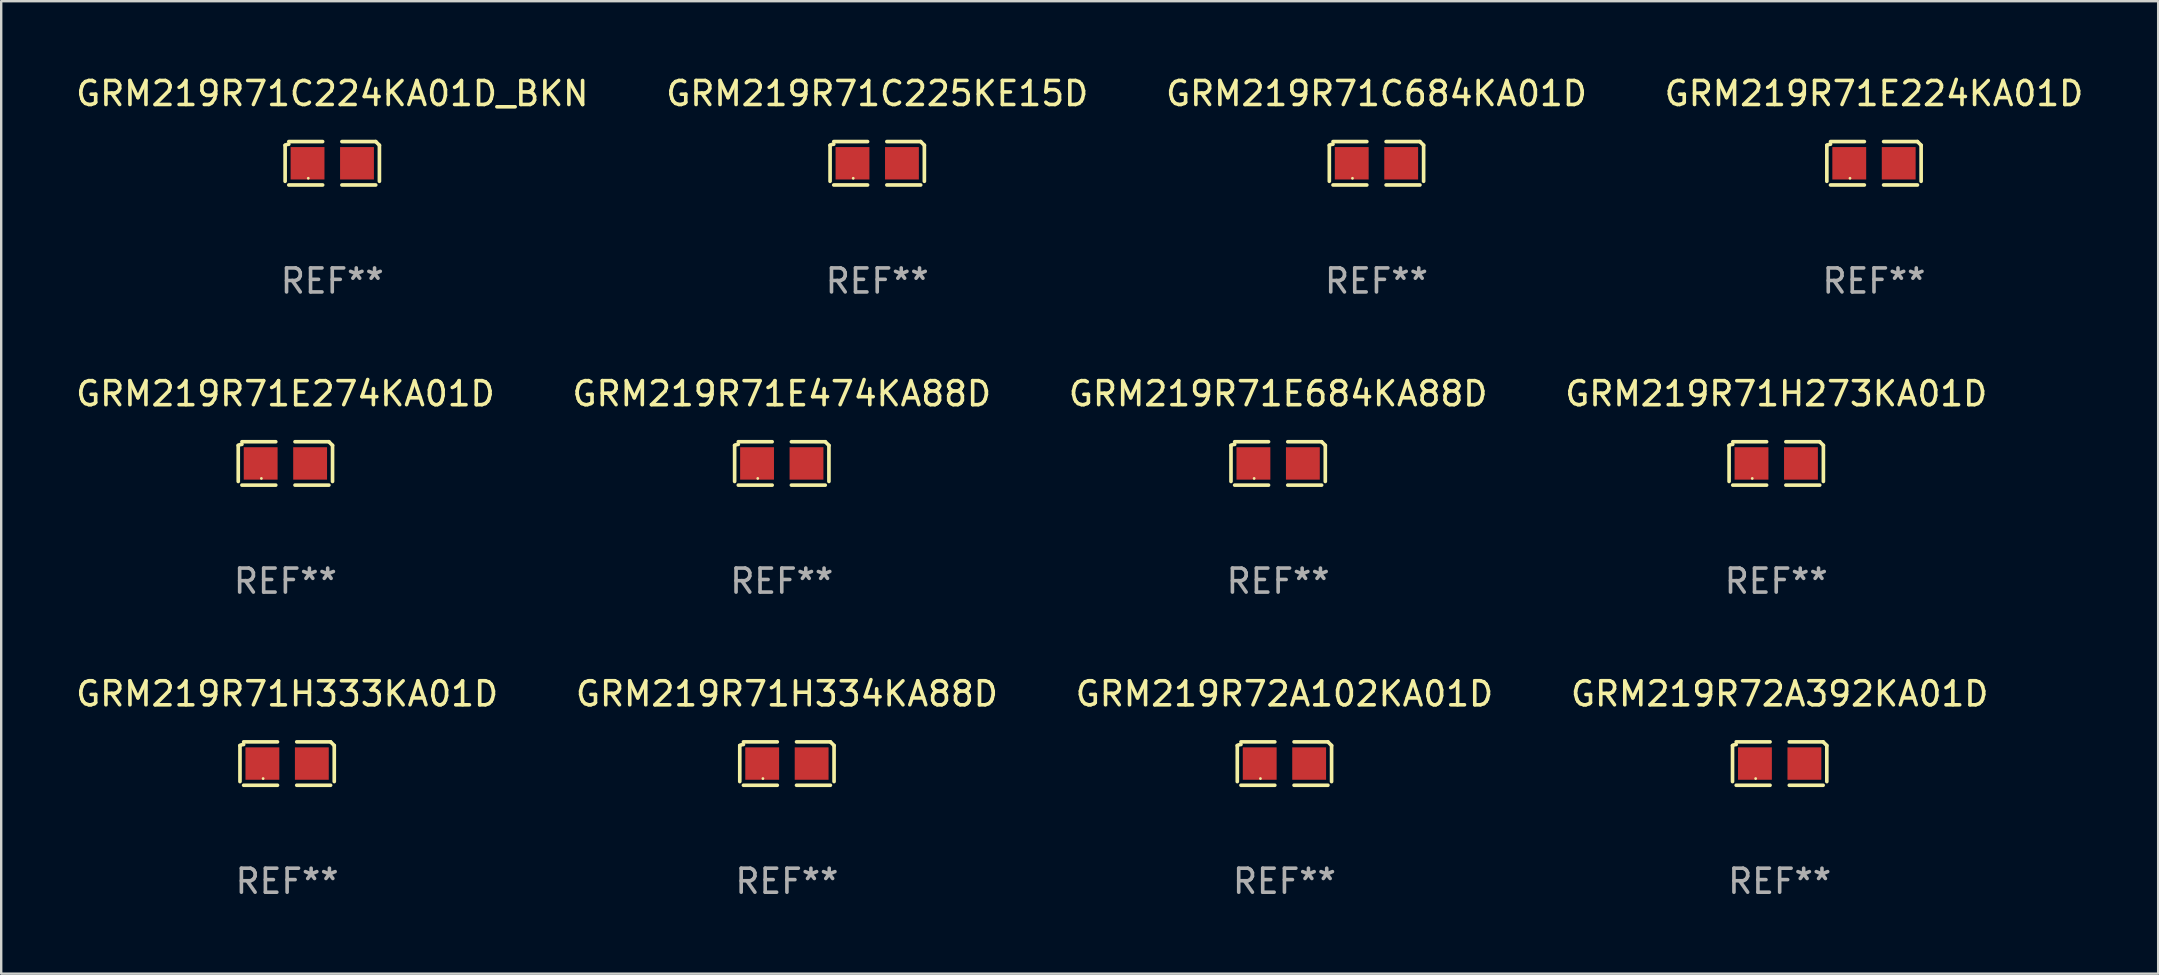
<source format=kicad_pcb>
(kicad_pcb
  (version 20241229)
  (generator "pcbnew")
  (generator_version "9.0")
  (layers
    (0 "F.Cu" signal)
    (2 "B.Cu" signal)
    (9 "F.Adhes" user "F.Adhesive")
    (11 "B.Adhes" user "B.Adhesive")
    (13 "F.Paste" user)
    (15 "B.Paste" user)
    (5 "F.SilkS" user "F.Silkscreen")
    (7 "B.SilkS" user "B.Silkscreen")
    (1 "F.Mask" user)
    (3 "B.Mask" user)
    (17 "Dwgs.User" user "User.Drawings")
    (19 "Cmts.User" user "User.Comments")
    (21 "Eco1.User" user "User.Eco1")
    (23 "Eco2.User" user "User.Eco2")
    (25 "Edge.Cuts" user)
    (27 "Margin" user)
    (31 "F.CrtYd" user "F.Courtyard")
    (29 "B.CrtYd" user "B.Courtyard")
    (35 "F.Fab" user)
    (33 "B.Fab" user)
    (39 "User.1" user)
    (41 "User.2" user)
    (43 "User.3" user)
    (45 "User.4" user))
  (footprint "GRM219R71H333KA01D"
    (layer "F.Cu")
    (at 8.911 28.759)
    (property "Reference" "GRM219R71H333KA01D" (at 0 -2.904 0) (layer "F.SilkS") (effects (font (size 1 1) (thickness 0.15))))
    (attr through_hole)
    (fp_line (start -1.964 0.751) (end -1.964 -0.751) (stroke (width 0.152) (type solid)) (layer "F.SilkS"))
    (fp_line (start -1.811 -0.904) (end -0.401 -0.904) (stroke (width 0.152) (type solid)) (layer "F.SilkS"))
    (fp_line (start -0.401 0.904) (end -1.811 0.904) (stroke (width 0.152) (type solid)) (layer "F.SilkS"))
    (fp_line (start 0.401 0.904) (end 1.811 0.904) (stroke (width 0.152) (type solid)) (layer "F.SilkS"))
    (fp_line (start 1.811 -0.904) (end 0.401 -0.904) (stroke (width 0.152) (type solid)) (layer "F.SilkS"))
    (fp_line (start 1.964 0.751) (end 1.964 -0.751) (stroke (width 0.152) (type solid)) (layer "F.SilkS"))
    (fp_arc (start -1.963602 -0.751207) (mid -1.890354 -0.783131) (end -1.811201 -0.794044) (stroke (width 0.1524) (type solid)) (layer "F.SilkS"))
    (fp_arc (start 1.811202 -0.903607) (mid 1.887413 -0.827418) (end 1.963602 -0.751207) (stroke (width 0.1524) (type solid)) (layer "F.SilkS"))
    (fp_circle (center -1 0.625) (end -0.97 0.625) (stroke (width 0.06) (type solid)) (fill no) (layer "F.SilkS"))
    (fp_text user "REF**" (at 0 4.904 0) (layer "F.Fab") (effects (font (size 1 1) (thickness 0.15))))
    (pad "1" smd rect (at -1.03 0) (size 1.41 1.35) (layers "F.Cu" "F.Mask" "F.Paste"))
    (pad "2" smd rect (at 1.03 0) (size 1.41 1.35) (layers "F.Cu" "F.Mask" "F.Paste")))
  (footprint "GRM219R71E474KA88D"
    (layer "F.Cu")
    (at 29.518 16.256)
    (property "Reference" "GRM219R71E474KA88D" (at 0 -2.904 0) (layer "F.SilkS") (effects (font (size 1 1) (thickness 0.15))))
    (attr through_hole)
    (fp_line (start -1.964 0.751) (end -1.964 -0.751) (stroke (width 0.152) (type solid)) (layer "F.SilkS"))
    (fp_line (start -1.811 -0.904) (end -0.401 -0.904) (stroke (width 0.152) (type solid)) (layer "F.SilkS"))
    (fp_line (start -0.401 0.904) (end -1.811 0.904) (stroke (width 0.152) (type solid)) (layer "F.SilkS"))
    (fp_line (start 0.401 0.904) (end 1.811 0.904) (stroke (width 0.152) (type solid)) (layer "F.SilkS"))
    (fp_line (start 1.811 -0.904) (end 0.401 -0.904) (stroke (width 0.152) (type solid)) (layer "F.SilkS"))
    (fp_line (start 1.964 0.751) (end 1.964 -0.751) (stroke (width 0.152) (type solid)) (layer "F.SilkS"))
    (fp_arc (start -1.963602 -0.751207) (mid -1.890354 -0.783131) (end -1.811201 -0.794044) (stroke (width 0.1524) (type solid)) (layer "F.SilkS"))
    (fp_arc (start 1.811202 -0.903607) (mid 1.887413 -0.827418) (end 1.963602 -0.751207) (stroke (width 0.1524) (type solid)) (layer "F.SilkS"))
    (fp_circle (center -1 0.625) (end -0.97 0.625) (stroke (width 0.06) (type solid)) (fill no) (layer "F.SilkS"))
    (fp_text user "REF**" (at 0 4.904 0) (layer "F.Fab") (effects (font (size 1 1) (thickness 0.15))))
    (pad "1" smd rect (at -1.03 0) (size 1.41 1.35) (layers "F.Cu" "F.Mask" "F.Paste"))
    (pad "2" smd rect (at 1.03 0) (size 1.41 1.35) (layers "F.Cu" "F.Mask" "F.Paste")))
  (footprint "GRM219R71E224KA01D"
    (layer "F.Cu")
    (at 75.018 3.752)
    (property "Reference" "GRM219R71E224KA01D" (at 0 -2.904 0) (layer "F.SilkS") (effects (font (size 1 1) (thickness 0.15))))
    (attr through_hole)
    (fp_line (start -1.964 0.751) (end -1.964 -0.751) (stroke (width 0.152) (type solid)) (layer "F.SilkS"))
    (fp_line (start -1.811 -0.904) (end -0.401 -0.904) (stroke (width 0.152) (type solid)) (layer "F.SilkS"))
    (fp_line (start -0.401 0.904) (end -1.811 0.904) (stroke (width 0.152) (type solid)) (layer "F.SilkS"))
    (fp_line (start 0.401 0.904) (end 1.811 0.904) (stroke (width 0.152) (type solid)) (layer "F.SilkS"))
    (fp_line (start 1.811 -0.904) (end 0.401 -0.904) (stroke (width 0.152) (type solid)) (layer "F.SilkS"))
    (fp_line (start 1.964 0.751) (end 1.964 -0.751) (stroke (width 0.152) (type solid)) (layer "F.SilkS"))
    (fp_arc (start -1.963602 -0.751207) (mid -1.890354 -0.783131) (end -1.811201 -0.794044) (stroke (width 0.1524) (type solid)) (layer "F.SilkS"))
    (fp_arc (start 1.811202 -0.903607) (mid 1.887413 -0.827418) (end 1.963602 -0.751207) (stroke (width 0.1524) (type solid)) (layer "F.SilkS"))
    (fp_circle (center -1 0.625) (end -0.97 0.625) (stroke (width 0.06) (type solid)) (fill no) (layer "F.SilkS"))
    (fp_text user "REF**" (at 0 4.904 0) (layer "F.Fab") (effects (font (size 1 1) (thickness 0.15))))
    (pad "1" smd rect (at -1.03 0) (size 1.41 1.35) (layers "F.Cu" "F.Mask" "F.Paste"))
    (pad "2" smd rect (at 1.03 0) (size 1.41 1.35) (layers "F.Cu" "F.Mask" "F.Paste")))
  (footprint "GRM219R71H334KA88D"
    (layer "F.Cu")
    (at 29.732 28.759)
    (property "Reference" "GRM219R71H334KA88D" (at 0 -2.904 0) (layer "F.SilkS") (effects (font (size 1 1) (thickness 0.15))))
    (attr through_hole)
    (fp_line (start -1.964 0.751) (end -1.964 -0.751) (stroke (width 0.152) (type solid)) (layer "F.SilkS"))
    (fp_line (start -1.811 -0.904) (end -0.401 -0.904) (stroke (width 0.152) (type solid)) (layer "F.SilkS"))
    (fp_line (start -0.401 0.904) (end -1.811 0.904) (stroke (width 0.152) (type solid)) (layer "F.SilkS"))
    (fp_line (start 0.401 0.904) (end 1.811 0.904) (stroke (width 0.152) (type solid)) (layer "F.SilkS"))
    (fp_line (start 1.811 -0.904) (end 0.401 -0.904) (stroke (width 0.152) (type solid)) (layer "F.SilkS"))
    (fp_line (start 1.964 0.751) (end 1.964 -0.751) (stroke (width 0.152) (type solid)) (layer "F.SilkS"))
    (fp_arc (start -1.963602 -0.751207) (mid -1.890354 -0.783131) (end -1.811201 -0.794044) (stroke (width 0.1524) (type solid)) (layer "F.SilkS"))
    (fp_arc (start 1.811202 -0.903607) (mid 1.887413 -0.827418) (end 1.963602 -0.751207) (stroke (width 0.1524) (type solid)) (layer "F.SilkS"))
    (fp_circle (center -1 0.625) (end -0.97 0.625) (stroke (width 0.06) (type solid)) (fill no) (layer "F.SilkS"))
    (fp_text user "REF**" (at 0 4.904 0) (layer "F.Fab") (effects (font (size 1 1) (thickness 0.15))))
    (pad "1" smd rect (at -1.03 0) (size 1.41 1.35) (layers "F.Cu" "F.Mask" "F.Paste"))
    (pad "2" smd rect (at 1.03 0) (size 1.41 1.35) (layers "F.Cu" "F.Mask" "F.Paste")))
  (footprint "GRM219R71C225KE15D"
    (layer "F.Cu")
    (at 33.494 3.752)
    (property "Reference" "GRM219R71C225KE15D" (at 0 -2.904 0) (layer "F.SilkS") (effects (font (size 1 1) (thickness 0.15))))
    (attr through_hole)
    (fp_line (start -1.964 0.751) (end -1.964 -0.751) (stroke (width 0.152) (type solid)) (layer "F.SilkS"))
    (fp_line (start -1.811 -0.904) (end -0.401 -0.904) (stroke (width 0.152) (type solid)) (layer "F.SilkS"))
    (fp_line (start -0.401 0.904) (end -1.811 0.904) (stroke (width 0.152) (type solid)) (layer "F.SilkS"))
    (fp_line (start 0.401 0.904) (end 1.811 0.904) (stroke (width 0.152) (type solid)) (layer "F.SilkS"))
    (fp_line (start 1.811 -0.904) (end 0.401 -0.904) (stroke (width 0.152) (type solid)) (layer "F.SilkS"))
    (fp_line (start 1.964 0.751) (end 1.964 -0.751) (stroke (width 0.152) (type solid)) (layer "F.SilkS"))
    (fp_arc (start -1.963602 -0.751207) (mid -1.890354 -0.783131) (end -1.811201 -0.794044) (stroke (width 0.1524) (type solid)) (layer "F.SilkS"))
    (fp_arc (start 1.811202 -0.903607) (mid 1.887413 -0.827418) (end 1.963602 -0.751207) (stroke (width 0.1524) (type solid)) (layer "F.SilkS"))
    (fp_circle (center -1 0.625) (end -0.97 0.625) (stroke (width 0.06) (type solid)) (fill no) (layer "F.SilkS"))
    (fp_text user "REF**" (at 0 4.904 0) (layer "F.Fab") (effects (font (size 1 1) (thickness 0.15))))
    (pad "1" smd rect (at -1.03 0) (size 1.41 1.35) (layers "F.Cu" "F.Mask" "F.Paste"))
    (pad "2" smd rect (at 1.03 0) (size 1.41 1.35) (layers "F.Cu" "F.Mask" "F.Paste")))
  (footprint "GRM219R72A102KA01D"
    (layer "F.Cu")
    (at 50.458 28.759)
    (property "Reference" "GRM219R72A102KA01D" (at 0 -2.904 0) (layer "F.SilkS") (effects (font (size 1 1) (thickness 0.15))))
    (attr through_hole)
    (fp_line (start -1.964 0.751) (end -1.964 -0.751) (stroke (width 0.152) (type solid)) (layer "F.SilkS"))
    (fp_line (start -1.811 -0.904) (end -0.401 -0.904) (stroke (width 0.152) (type solid)) (layer "F.SilkS"))
    (fp_line (start -0.401 0.904) (end -1.811 0.904) (stroke (width 0.152) (type solid)) (layer "F.SilkS"))
    (fp_line (start 0.401 0.904) (end 1.811 0.904) (stroke (width 0.152) (type solid)) (layer "F.SilkS"))
    (fp_line (start 1.811 -0.904) (end 0.401 -0.904) (stroke (width 0.152) (type solid)) (layer "F.SilkS"))
    (fp_line (start 1.964 0.751) (end 1.964 -0.751) (stroke (width 0.152) (type solid)) (layer "F.SilkS"))
    (fp_arc (start -1.963602 -0.751207) (mid -1.890354 -0.783131) (end -1.811201 -0.794044) (stroke (width 0.1524) (type solid)) (layer "F.SilkS"))
    (fp_arc (start 1.811202 -0.903607) (mid 1.887413 -0.827418) (end 1.963602 -0.751207) (stroke (width 0.1524) (type solid)) (layer "F.SilkS"))
    (fp_circle (center -1 0.625) (end -0.97 0.625) (stroke (width 0.06) (type solid)) (fill no) (layer "F.SilkS"))
    (fp_text user "REF**" (at 0 4.904 0) (layer "F.Fab") (effects (font (size 1 1) (thickness 0.15))))
    (pad "1" smd rect (at -1.03 0) (size 1.41 1.35) (layers "F.Cu" "F.Mask" "F.Paste"))
    (pad "2" smd rect (at 1.03 0) (size 1.41 1.35) (layers "F.Cu" "F.Mask" "F.Paste")))
  (footprint "GRM219R71E274KA01D"
    (layer "F.Cu")
    (at 8.839 16.256)
    (property "Reference" "GRM219R71E274KA01D" (at 0 -2.904 0) (layer "F.SilkS") (effects (font (size 1 1) (thickness 0.15))))
    (attr through_hole)
    (fp_line (start -1.964 0.751) (end -1.964 -0.751) (stroke (width 0.152) (type solid)) (layer "F.SilkS"))
    (fp_line (start -1.811 -0.904) (end -0.401 -0.904) (stroke (width 0.152) (type solid)) (layer "F.SilkS"))
    (fp_line (start -0.401 0.904) (end -1.811 0.904) (stroke (width 0.152) (type solid)) (layer "F.SilkS"))
    (fp_line (start 0.401 0.904) (end 1.811 0.904) (stroke (width 0.152) (type solid)) (layer "F.SilkS"))
    (fp_line (start 1.811 -0.904) (end 0.401 -0.904) (stroke (width 0.152) (type solid)) (layer "F.SilkS"))
    (fp_line (start 1.964 0.751) (end 1.964 -0.751) (stroke (width 0.152) (type solid)) (layer "F.SilkS"))
    (fp_arc (start -1.963602 -0.751207) (mid -1.890354 -0.783131) (end -1.811201 -0.794044) (stroke (width 0.1524) (type solid)) (layer "F.SilkS"))
    (fp_arc (start 1.811202 -0.903607) (mid 1.887413 -0.827418) (end 1.963602 -0.751207) (stroke (width 0.1524) (type solid)) (layer "F.SilkS"))
    (fp_circle (center -1 0.625) (end -0.97 0.625) (stroke (width 0.06) (type solid)) (fill no) (layer "F.SilkS"))
    (fp_text user "REF**" (at 0 4.904 0) (layer "F.Fab") (effects (font (size 1 1) (thickness 0.15))))
    (pad "1" smd rect (at -1.03 0) (size 1.41 1.35) (layers "F.Cu" "F.Mask" "F.Paste"))
    (pad "2" smd rect (at 1.03 0) (size 1.41 1.35) (layers "F.Cu" "F.Mask" "F.Paste")))
  (footprint "GRM219R71C684KA01D"
    (layer "F.Cu")
    (at 54.292 3.752)
    (property "Reference" "GRM219R71C684KA01D" (at 0 -2.904 0) (layer "F.SilkS") (effects (font (size 1 1) (thickness 0.15))))
    (attr through_hole)
    (fp_line (start -1.964 0.751) (end -1.964 -0.751) (stroke (width 0.152) (type solid)) (layer "F.SilkS"))
    (fp_line (start -1.811 -0.904) (end -0.401 -0.904) (stroke (width 0.152) (type solid)) (layer "F.SilkS"))
    (fp_line (start -0.401 0.904) (end -1.811 0.904) (stroke (width 0.152) (type solid)) (layer "F.SilkS"))
    (fp_line (start 0.401 0.904) (end 1.811 0.904) (stroke (width 0.152) (type solid)) (layer "F.SilkS"))
    (fp_line (start 1.811 -0.904) (end 0.401 -0.904) (stroke (width 0.152) (type solid)) (layer "F.SilkS"))
    (fp_line (start 1.964 0.751) (end 1.964 -0.751) (stroke (width 0.152) (type solid)) (layer "F.SilkS"))
    (fp_arc (start -1.963602 -0.751207) (mid -1.890354 -0.783131) (end -1.811201 -0.794044) (stroke (width 0.1524) (type solid)) (layer "F.SilkS"))
    (fp_arc (start 1.811202 -0.903607) (mid 1.887413 -0.827418) (end 1.963602 -0.751207) (stroke (width 0.1524) (type solid)) (layer "F.SilkS"))
    (fp_circle (center -1 0.625) (end -0.97 0.625) (stroke (width 0.06) (type solid)) (fill no) (layer "F.SilkS"))
    (fp_text user "REF**" (at 0 4.904 0) (layer "F.Fab") (effects (font (size 1 1) (thickness 0.15))))
    (pad "1" smd rect (at -1.03 0) (size 1.41 1.35) (layers "F.Cu" "F.Mask" "F.Paste"))
    (pad "2" smd rect (at 1.03 0) (size 1.41 1.35) (layers "F.Cu" "F.Mask" "F.Paste")))
  (footprint "GRM219R72A392KA01D"
    (layer "F.Cu")
    (at 71.089 28.759)
    (property "Reference" "GRM219R72A392KA01D" (at 0 -2.904 0) (layer "F.SilkS") (effects (font (size 1 1) (thickness 0.15))))
    (attr through_hole)
    (fp_line (start -1.964 0.751) (end -1.964 -0.751) (stroke (width 0.152) (type solid)) (layer "F.SilkS"))
    (fp_line (start -1.811 -0.904) (end -0.401 -0.904) (stroke (width 0.152) (type solid)) (layer "F.SilkS"))
    (fp_line (start -0.401 0.904) (end -1.811 0.904) (stroke (width 0.152) (type solid)) (layer "F.SilkS"))
    (fp_line (start 0.401 0.904) (end 1.811 0.904) (stroke (width 0.152) (type solid)) (layer "F.SilkS"))
    (fp_line (start 1.811 -0.904) (end 0.401 -0.904) (stroke (width 0.152) (type solid)) (layer "F.SilkS"))
    (fp_line (start 1.964 0.751) (end 1.964 -0.751) (stroke (width 0.152) (type solid)) (layer "F.SilkS"))
    (fp_arc (start -1.963602 -0.751207) (mid -1.890354 -0.783131) (end -1.811201 -0.794044) (stroke (width 0.1524) (type solid)) (layer "F.SilkS"))
    (fp_arc (start 1.811202 -0.903607) (mid 1.887413 -0.827418) (end 1.963602 -0.751207) (stroke (width 0.1524) (type solid)) (layer "F.SilkS"))
    (fp_circle (center -1 0.625) (end -0.97 0.625) (stroke (width 0.06) (type solid)) (fill no) (layer "F.SilkS"))
    (fp_text user "REF**" (at 0 4.904 0) (layer "F.Fab") (effects (font (size 1 1) (thickness 0.15))))
    (pad "1" smd rect (at -1.03 0) (size 1.41 1.35) (layers "F.Cu" "F.Mask" "F.Paste"))
    (pad "2" smd rect (at 1.03 0) (size 1.41 1.35) (layers "F.Cu" "F.Mask" "F.Paste")))
  (footprint "GRM219R71H273KA01D"
    (layer "F.Cu")
    (at 70.946 16.256)
    (property "Reference" "GRM219R71H273KA01D" (at 0 -2.904 0) (layer "F.SilkS") (effects (font (size 1 1) (thickness 0.15))))
    (attr through_hole)
    (fp_line (start -1.964 0.751) (end -1.964 -0.751) (stroke (width 0.152) (type solid)) (layer "F.SilkS"))
    (fp_line (start -1.811 -0.904) (end -0.401 -0.904) (stroke (width 0.152) (type solid)) (layer "F.SilkS"))
    (fp_line (start -0.401 0.904) (end -1.811 0.904) (stroke (width 0.152) (type solid)) (layer "F.SilkS"))
    (fp_line (start 0.401 0.904) (end 1.811 0.904) (stroke (width 0.152) (type solid)) (layer "F.SilkS"))
    (fp_line (start 1.811 -0.904) (end 0.401 -0.904) (stroke (width 0.152) (type solid)) (layer "F.SilkS"))
    (fp_line (start 1.964 0.751) (end 1.964 -0.751) (stroke (width 0.152) (type solid)) (layer "F.SilkS"))
    (fp_arc (start -1.963602 -0.751207) (mid -1.890354 -0.783131) (end -1.811201 -0.794044) (stroke (width 0.1524) (type solid)) (layer "F.SilkS"))
    (fp_arc (start 1.811202 -0.903607) (mid 1.887413 -0.827418) (end 1.963602 -0.751207) (stroke (width 0.1524) (type solid)) (layer "F.SilkS"))
    (fp_circle (center -1 0.625) (end -0.97 0.625) (stroke (width 0.06) (type solid)) (fill no) (layer "F.SilkS"))
    (fp_text user "REF**" (at 0 4.904 0) (layer "F.Fab") (effects (font (size 1 1) (thickness 0.15))))
    (pad "1" smd rect (at -1.03 0) (size 1.41 1.35) (layers "F.Cu" "F.Mask" "F.Paste"))
    (pad "2" smd rect (at 1.03 0) (size 1.41 1.35) (layers "F.Cu" "F.Mask" "F.Paste")))
  (footprint "GRM219R71E684KA88D"
    (layer "F.Cu")
    (at 50.196 16.256)
    (property "Reference" "GRM219R71E684KA88D" (at 0 -2.904 0) (layer "F.SilkS") (effects (font (size 1 1) (thickness 0.15))))
    (attr through_hole)
    (fp_line (start -1.964 0.751) (end -1.964 -0.751) (stroke (width 0.152) (type solid)) (layer "F.SilkS"))
    (fp_line (start -1.811 -0.904) (end -0.401 -0.904) (stroke (width 0.152) (type solid)) (layer "F.SilkS"))
    (fp_line (start -0.401 0.904) (end -1.811 0.904) (stroke (width 0.152) (type solid)) (layer "F.SilkS"))
    (fp_line (start 0.401 0.904) (end 1.811 0.904) (stroke (width 0.152) (type solid)) (layer "F.SilkS"))
    (fp_line (start 1.811 -0.904) (end 0.401 -0.904) (stroke (width 0.152) (type solid)) (layer "F.SilkS"))
    (fp_line (start 1.964 0.751) (end 1.964 -0.751) (stroke (width 0.152) (type solid)) (layer "F.SilkS"))
    (fp_arc (start -1.963602 -0.751207) (mid -1.890354 -0.783131) (end -1.811201 -0.794044) (stroke (width 0.1524) (type solid)) (layer "F.SilkS"))
    (fp_arc (start 1.811202 -0.903607) (mid 1.887413 -0.827418) (end 1.963602 -0.751207) (stroke (width 0.1524) (type solid)) (layer "F.SilkS"))
    (fp_circle (center -1 0.625) (end -0.97 0.625) (stroke (width 0.06) (type solid)) (fill no) (layer "F.SilkS"))
    (fp_text user "REF**" (at 0 4.904 0) (layer "F.Fab") (effects (font (size 1 1) (thickness 0.15))))
    (pad "1" smd rect (at -1.03 0) (size 1.41 1.35) (layers "F.Cu" "F.Mask" "F.Paste"))
    (pad "2" smd rect (at 1.03 0) (size 1.41 1.35) (layers "F.Cu" "F.Mask" "F.Paste")))
  (footprint "GRM219R71C224KA01D_BKN"
    (layer "F.Cu")
    (at 10.792 3.752)
    (property "Reference" "GRM219R71C224KA01D_BKN" (at 0 -2.904 0) (layer "F.SilkS") (effects (font (size 1 1) (thickness 0.15))))
    (attr through_hole)
    (fp_line (start -1.964 0.751) (end -1.964 -0.751) (stroke (width 0.152) (type solid)) (layer "F.SilkS"))
    (fp_line (start -1.811 -0.904) (end -0.401 -0.904) (stroke (width 0.152) (type solid)) (layer "F.SilkS"))
    (fp_line (start -0.401 0.904) (end -1.811 0.904) (stroke (width 0.152) (type solid)) (layer "F.SilkS"))
    (fp_line (start 0.401 0.904) (end 1.811 0.904) (stroke (width 0.152) (type solid)) (layer "F.SilkS"))
    (fp_line (start 1.811 -0.904) (end 0.401 -0.904) (stroke (width 0.152) (type solid)) (layer "F.SilkS"))
    (fp_line (start 1.964 0.751) (end 1.964 -0.751) (stroke (width 0.152) (type solid)) (layer "F.SilkS"))
    (fp_arc (start -1.963602 -0.751207) (mid -1.890354 -0.783131) (end -1.811201 -0.794044) (stroke (width 0.1524) (type solid)) (layer "F.SilkS"))
    (fp_arc (start 1.811202 -0.903607) (mid 1.887413 -0.827418) (end 1.963602 -0.751207) (stroke (width 0.1524) (type solid)) (layer "F.SilkS"))
    (fp_circle (center -1 0.625) (end -0.97 0.625) (stroke (width 0.06) (type solid)) (fill no) (layer "F.SilkS"))
    (fp_text user "REF**" (at 0 4.904 0) (layer "F.Fab") (effects (font (size 1 1) (thickness 0.15))))
    (pad "1" smd rect (at -1.03 0) (size 1.41 1.35) (layers "F.Cu" "F.Mask" "F.Paste"))
    (pad "2" smd rect (at 1.03 0) (size 1.41 1.35) (layers "F.Cu" "F.Mask" "F.Paste")))
  (gr_rect
    (start -3 -3)
    (end 86.857 37.511)
    (stroke (width 0.1) (type default))
    (fill no)
    (layer "Edge.Cuts")))
</source>
